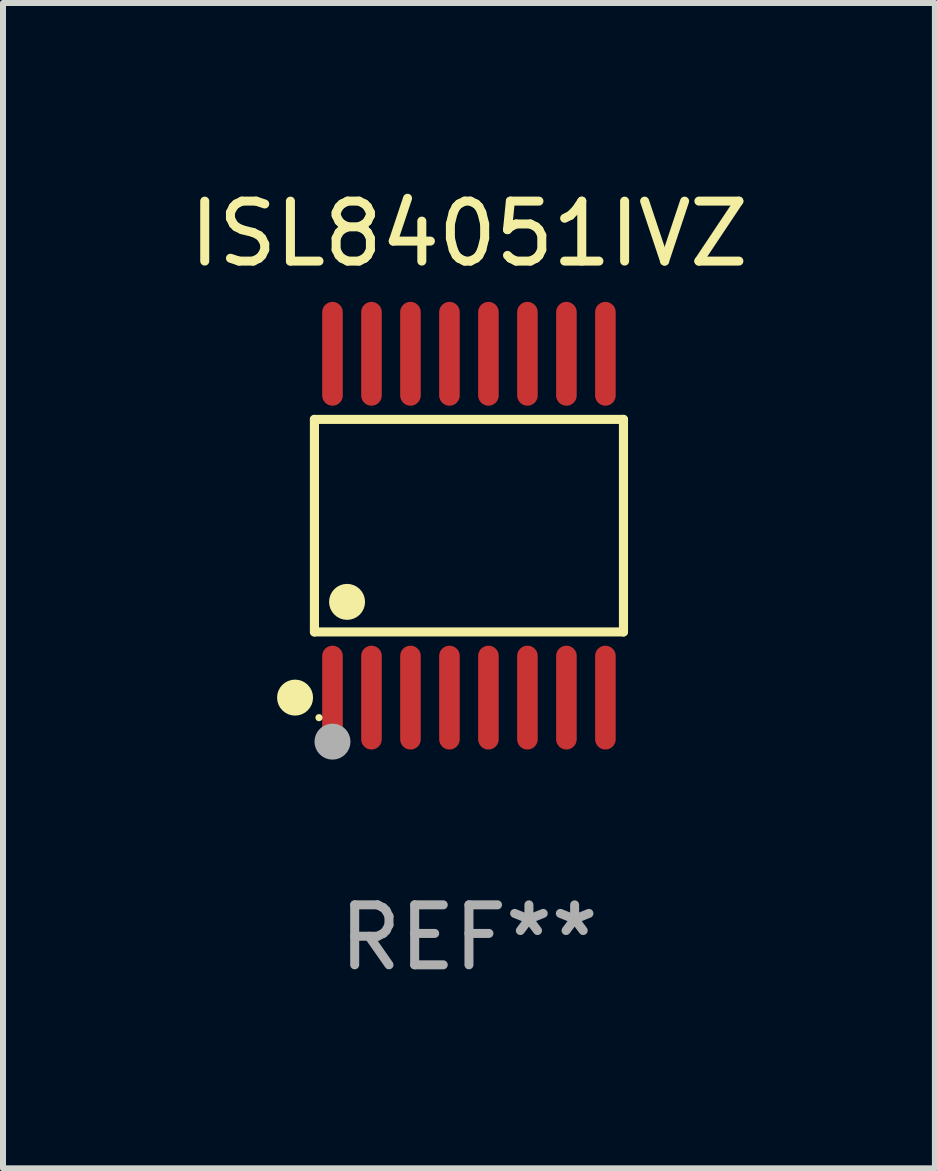
<source format=kicad_pcb>
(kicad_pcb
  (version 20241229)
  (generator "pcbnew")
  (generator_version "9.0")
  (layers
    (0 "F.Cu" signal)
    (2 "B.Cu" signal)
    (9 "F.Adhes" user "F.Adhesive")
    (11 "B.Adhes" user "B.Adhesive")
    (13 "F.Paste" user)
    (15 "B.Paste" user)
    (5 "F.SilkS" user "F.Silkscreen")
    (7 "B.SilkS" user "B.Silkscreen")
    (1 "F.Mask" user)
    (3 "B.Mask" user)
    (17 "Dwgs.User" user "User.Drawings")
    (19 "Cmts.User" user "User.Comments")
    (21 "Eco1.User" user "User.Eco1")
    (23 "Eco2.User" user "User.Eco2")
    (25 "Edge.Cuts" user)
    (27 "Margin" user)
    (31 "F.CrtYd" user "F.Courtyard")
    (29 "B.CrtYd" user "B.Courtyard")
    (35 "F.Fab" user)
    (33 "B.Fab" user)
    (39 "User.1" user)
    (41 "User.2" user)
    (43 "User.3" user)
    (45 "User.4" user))
  (footprint "ISL84051IVZ"
    (layer "F.Cu")
    (at 4.768 5.714)
    (property "Reference" "ISL84051IVZ" (at 0 -4.866 0) (layer "F.SilkS") (effects (font (size 1 1) (thickness 0.15))))
    (attr through_hole)
    (fp_line (start -2.576 -1.772) (end 2.576 -1.772) (stroke (width 0.152) (type solid)) (layer "F.SilkS"))
    (fp_line (start -2.576 1.771) (end -2.576 -1.772) (stroke (width 0.152) (type solid)) (layer "F.SilkS"))
    (fp_line (start 2.576 -1.772) (end 2.576 1.771) (stroke (width 0.152) (type solid)) (layer "F.SilkS"))
    (fp_line (start 2.576 1.771) (end -2.576 1.771) (stroke (width 0.152) (type solid)) (layer "F.SilkS"))
    (fp_circle (center -2.899 2.866) (end -2.749 2.866) (stroke (width 0.3) (type solid)) (fill no) (layer "F.SilkS"))
    (fp_circle (center -2.5 3.2) (end -2.47 3.2) (stroke (width 0.06) (type solid)) (fill no) (layer "F.SilkS"))
    (fp_circle (center -2.032 1.27) (end -1.882 1.27) (stroke (width 0.3) (type solid)) (fill no) (layer "F.SilkS"))
    (fp_circle (center -2.275 3.6) (end -2.125 3.6) (stroke (width 0.3) (type solid)) (fill no) (layer "F.Fab"))
    (fp_text user "REF**" (at 0 6.866 0) (layer "F.Fab") (effects (font (size 1 1) (thickness 0.15))))
    (pad "1" smd oval (at -2.275 2.866) (size 0.343 1.731) (layers "F.Cu" "F.Mask" "F.Paste"))
    (pad "2" smd oval (at -1.625 2.866) (size 0.343 1.731) (layers "F.Cu" "F.Mask" "F.Paste"))
    (pad "3" smd oval (at -0.975 2.866) (size 0.343 1.731) (layers "F.Cu" "F.Mask" "F.Paste"))
    (pad "4" smd oval (at -0.325 2.866) (size 0.343 1.731) (layers "F.Cu" "F.Mask" "F.Paste"))
    (pad "5" smd oval (at 0.325 2.866) (size 0.343 1.731) (layers "F.Cu" "F.Mask" "F.Paste"))
    (pad "6" smd oval (at 0.975 2.866) (size 0.343 1.731) (layers "F.Cu" "F.Mask" "F.Paste"))
    (pad "7" smd oval (at 1.625 2.866) (size 0.343 1.731) (layers "F.Cu" "F.Mask" "F.Paste"))
    (pad "8" smd oval (at 2.275 2.866) (size 0.343 1.731) (layers "F.Cu" "F.Mask" "F.Paste"))
    (pad "9" smd oval (at 2.275 -2.866) (size 0.343 1.731) (layers "F.Cu" "F.Mask" "F.Paste"))
    (pad "10" smd oval (at 1.625 -2.866) (size 0.343 1.731) (layers "F.Cu" "F.Mask" "F.Paste"))
    (pad "11" smd oval (at 0.975 -2.866) (size 0.343 1.731) (layers "F.Cu" "F.Mask" "F.Paste"))
    (pad "12" smd oval (at 0.325 -2.866) (size 0.343 1.731) (layers "F.Cu" "F.Mask" "F.Paste"))
    (pad "13" smd oval (at -0.325 -2.866) (size 0.343 1.731) (layers "F.Cu" "F.Mask" "F.Paste"))
    (pad "14" smd oval (at -0.975 -2.866) (size 0.343 1.731) (layers "F.Cu" "F.Mask" "F.Paste"))
    (pad "15" smd oval (at -1.625 -2.866) (size 0.343 1.731) (layers "F.Cu" "F.Mask" "F.Paste"))
    (pad "16" smd oval (at -2.275 -2.866) (size 0.343 1.731) (layers "F.Cu" "F.Mask" "F.Paste")))
  (gr_rect
    (start -3 -3)
    (end 12.536 16.428)
    (stroke (width 0.1) (type default))
    (fill no)
    (layer "Edge.Cuts")))
</source>
